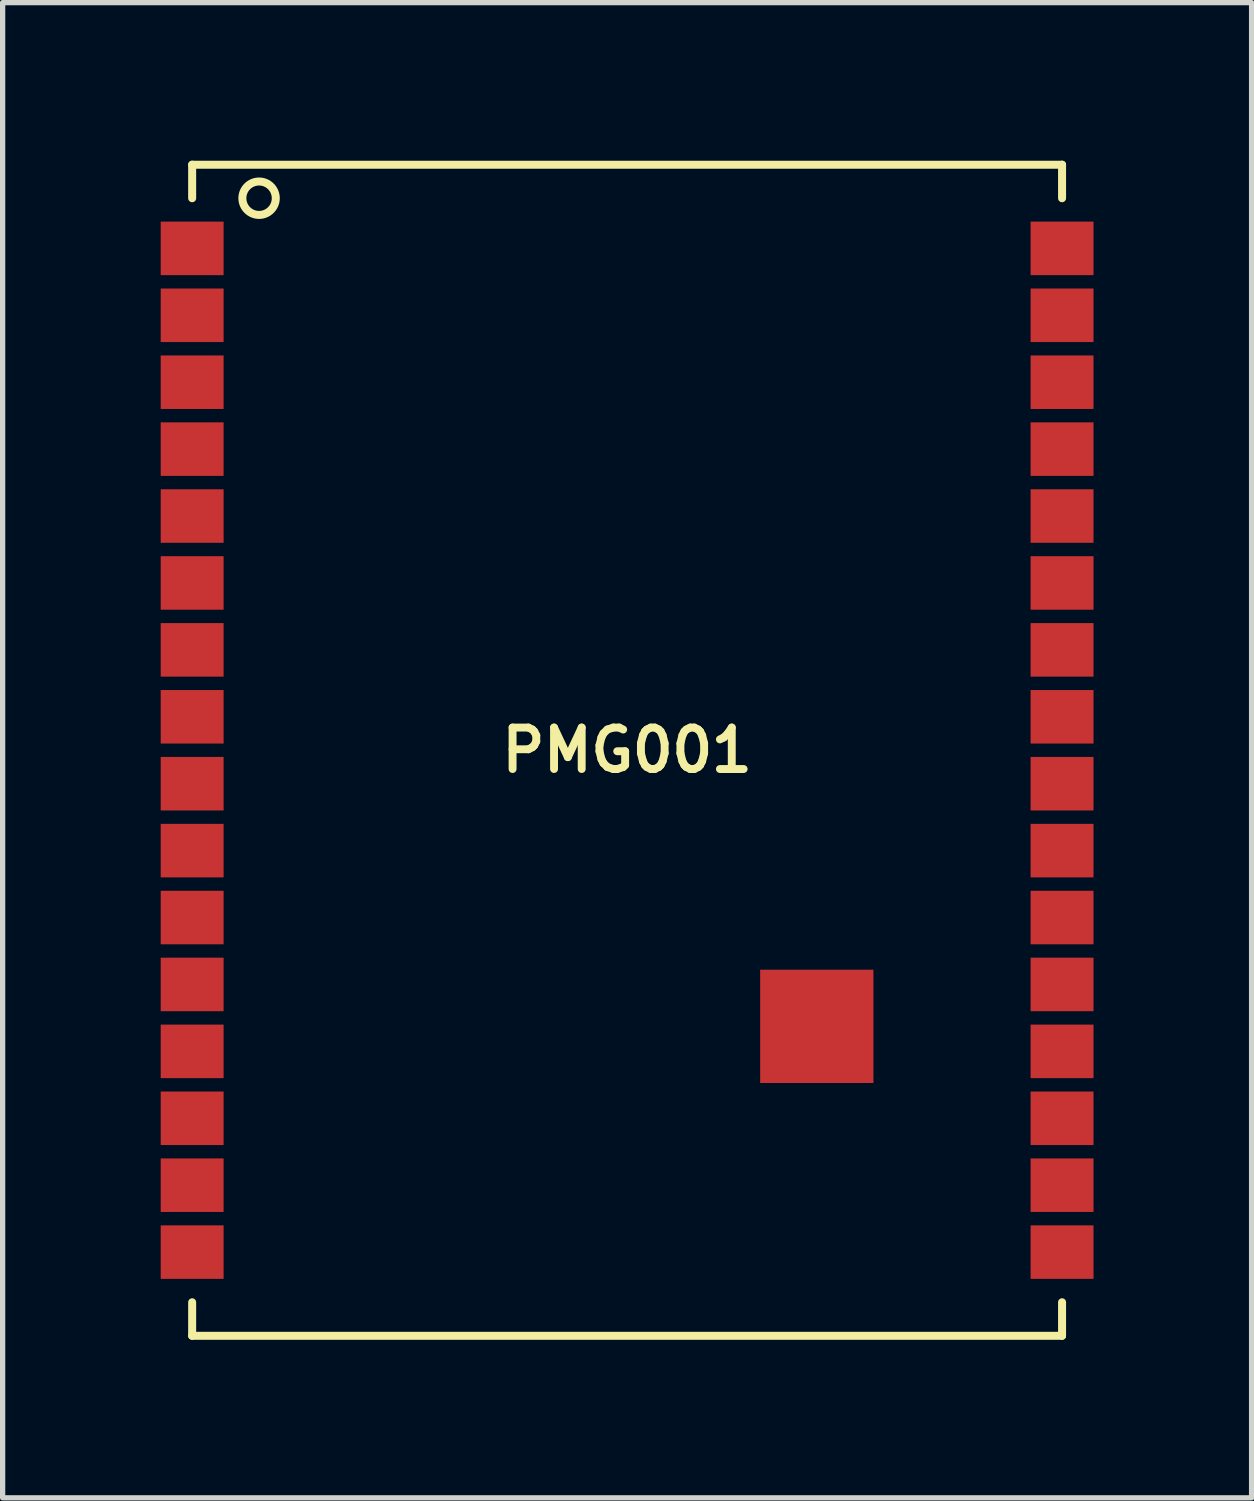
<source format=kicad_pcb>
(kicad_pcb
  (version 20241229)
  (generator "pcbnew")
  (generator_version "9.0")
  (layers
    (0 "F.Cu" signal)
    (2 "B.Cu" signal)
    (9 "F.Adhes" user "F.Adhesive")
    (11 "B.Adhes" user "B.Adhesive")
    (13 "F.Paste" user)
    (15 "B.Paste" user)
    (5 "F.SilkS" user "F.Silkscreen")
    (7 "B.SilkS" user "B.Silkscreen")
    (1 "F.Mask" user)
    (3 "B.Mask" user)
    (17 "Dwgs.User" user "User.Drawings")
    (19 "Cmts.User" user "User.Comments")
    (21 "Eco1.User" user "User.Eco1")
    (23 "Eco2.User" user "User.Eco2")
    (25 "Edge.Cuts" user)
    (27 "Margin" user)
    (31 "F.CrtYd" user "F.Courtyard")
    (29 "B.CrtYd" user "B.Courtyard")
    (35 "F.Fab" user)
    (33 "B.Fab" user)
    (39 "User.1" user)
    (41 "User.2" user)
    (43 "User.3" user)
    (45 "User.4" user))
  (footprint "PMG001"
    (layer "F.Cu")
    (at 8.852 11.189)
    (property "Reference" "PMG001" (at 0 0 0) (layer "F.SilkS") (effects (font (size 0.787 0.787) (thickness 0.15))))
    (attr smd)
    (fp_line (start -8.255 -11.113) (end -8.255 -10.477) (stroke (width 0.152) (type solid)) (layer "F.SilkS"))
    (fp_line (start -8.255 -11.113) (end 8.255 -11.113) (stroke (width 0.152) (type solid)) (layer "F.SilkS"))
    (fp_line (start -8.255 10.477) (end -8.255 11.113) (stroke (width 0.152) (type solid)) (layer "F.SilkS"))
    (fp_line (start -8.255 11.113) (end 8.255 11.113) (stroke (width 0.152) (type solid)) (layer "F.SilkS"))
    (fp_line (start 8.255 -11.113) (end 8.255 -10.477) (stroke (width 0.152) (type solid)) (layer "F.SilkS"))
    (fp_line (start 8.255 11.113) (end 8.255 10.477) (stroke (width 0.152) (type solid)) (layer "F.SilkS"))
    (fp_circle (center -6.985 -10.477) (end -6.668 -10.477) (stroke (width 0.152) (type solid)) (fill no) (layer "F.SilkS"))
    (pad "P$1" smd rect (at -8.255 -9.525) (size 1.194 1.016) (layers "F.Cu" "F.Mask" "F.Paste"))
    (pad "P$2" smd rect (at -8.255 -8.255) (size 1.194 1.016) (layers "F.Cu" "F.Mask" "F.Paste"))
    (pad "P$3" smd rect (at -8.255 -6.985) (size 1.194 1.016) (layers "F.Cu" "F.Mask" "F.Paste"))
    (pad "P$4" smd rect (at -8.255 -5.715) (size 1.194 1.016) (layers "F.Cu" "F.Mask" "F.Paste"))
    (pad "P$5" smd rect (at -8.255 -4.445) (size 1.194 1.016) (layers "F.Cu" "F.Mask" "F.Paste"))
    (pad "P$6" smd rect (at -8.255 -3.175) (size 1.194 1.016) (layers "F.Cu" "F.Mask" "F.Paste"))
    (pad "P$7" smd rect (at -8.255 -1.905) (size 1.194 1.016) (layers "F.Cu" "F.Mask" "F.Paste"))
    (pad "P$8" smd rect (at -8.255 -0.635) (size 1.194 1.016) (layers "F.Cu" "F.Mask" "F.Paste"))
    (pad "P$9" smd rect (at -8.255 0.635) (size 1.194 1.016) (layers "F.Cu" "F.Mask" "F.Paste"))
    (pad "P$10" smd rect (at -8.255 1.905) (size 1.194 1.016) (layers "F.Cu" "F.Mask" "F.Paste"))
    (pad "P$11" smd rect (at -8.255 3.175) (size 1.194 1.016) (layers "F.Cu" "F.Mask" "F.Paste"))
    (pad "P$12" smd rect (at -8.255 4.445) (size 1.194 1.016) (layers "F.Cu" "F.Mask" "F.Paste"))
    (pad "P$13" smd rect (at -8.255 5.715) (size 1.194 1.016) (layers "F.Cu" "F.Mask" "F.Paste"))
    (pad "P$14" smd rect (at -8.255 6.985) (size 1.194 1.016) (layers "F.Cu" "F.Mask" "F.Paste"))
    (pad "P$15" smd rect (at -8.255 8.255) (size 1.194 1.016) (layers "F.Cu" "F.Mask" "F.Paste"))
    (pad "P$16" smd rect (at -8.255 9.525) (size 1.194 1.016) (layers "F.Cu" "F.Mask" "F.Paste"))
    (pad "P$17" smd rect (at 8.255 9.525) (size 1.194 1.016) (layers "F.Cu" "F.Mask" "F.Paste"))
    (pad "P$18" smd rect (at 8.255 8.255) (size 1.194 1.016) (layers "F.Cu" "F.Mask" "F.Paste"))
    (pad "P$19" smd rect (at 8.255 6.985) (size 1.194 1.016) (layers "F.Cu" "F.Mask" "F.Paste"))
    (pad "P$20" smd rect (at 8.255 5.715) (size 1.194 1.016) (layers "F.Cu" "F.Mask" "F.Paste"))
    (pad "P$21" smd rect (at 8.255 4.445) (size 1.194 1.016) (layers "F.Cu" "F.Mask" "F.Paste"))
    (pad "P$22" smd rect (at 8.255 3.175) (size 1.194 1.016) (layers "F.Cu" "F.Mask" "F.Paste"))
    (pad "P$23" smd rect (at 8.255 1.905) (size 1.194 1.016) (layers "F.Cu" "F.Mask" "F.Paste"))
    (pad "P$24" smd rect (at 8.255 0.635) (size 1.194 1.016) (layers "F.Cu" "F.Mask" "F.Paste"))
    (pad "P$25" smd rect (at 8.255 -0.635) (size 1.194 1.016) (layers "F.Cu" "F.Mask" "F.Paste"))
    (pad "P$26" smd rect (at 8.255 -1.905) (size 1.194 1.016) (layers "F.Cu" "F.Mask" "F.Paste"))
    (pad "P$27" smd rect (at 8.255 -3.175) (size 1.194 1.016) (layers "F.Cu" "F.Mask" "F.Paste"))
    (pad "P$28" smd rect (at 8.255 -4.445) (size 1.194 1.016) (layers "F.Cu" "F.Mask" "F.Paste"))
    (pad "P$29" smd rect (at 8.255 -5.715) (size 1.194 1.016) (layers "F.Cu" "F.Mask" "F.Paste"))
    (pad "P$30" smd rect (at 8.255 -6.985) (size 1.194 1.016) (layers "F.Cu" "F.Mask" "F.Paste"))
    (pad "P$31" smd rect (at 8.255 -8.255) (size 1.194 1.016) (layers "F.Cu" "F.Mask" "F.Paste"))
    (pad "P$32" smd rect (at 8.255 -9.525) (size 1.194 1.016) (layers "F.Cu" "F.Mask" "F.Paste"))
    (pad "P$33" smd rect (at 3.6 5.24) (size 2.15 2.15) (layers "F.Cu" "F.Mask" "F.Paste")))
  (gr_rect
    (start -3 -3)
    (end 20.704 25.377)
    (stroke (width 0.1) (type default))
    (fill no)
    (layer "Edge.Cuts")))
</source>
